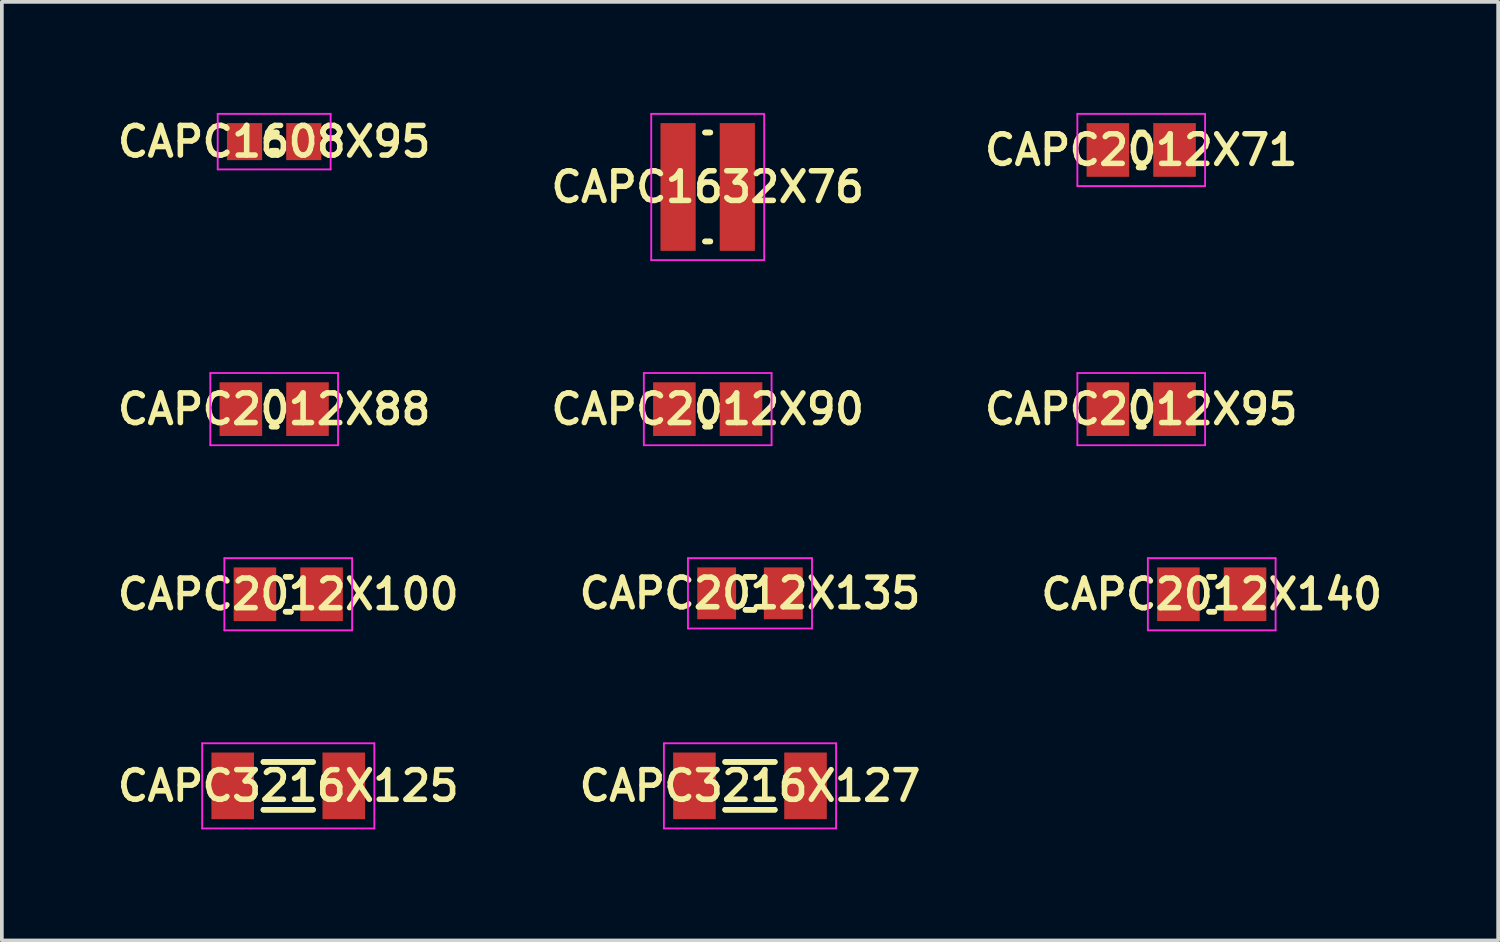
<source format=kicad_pcb>
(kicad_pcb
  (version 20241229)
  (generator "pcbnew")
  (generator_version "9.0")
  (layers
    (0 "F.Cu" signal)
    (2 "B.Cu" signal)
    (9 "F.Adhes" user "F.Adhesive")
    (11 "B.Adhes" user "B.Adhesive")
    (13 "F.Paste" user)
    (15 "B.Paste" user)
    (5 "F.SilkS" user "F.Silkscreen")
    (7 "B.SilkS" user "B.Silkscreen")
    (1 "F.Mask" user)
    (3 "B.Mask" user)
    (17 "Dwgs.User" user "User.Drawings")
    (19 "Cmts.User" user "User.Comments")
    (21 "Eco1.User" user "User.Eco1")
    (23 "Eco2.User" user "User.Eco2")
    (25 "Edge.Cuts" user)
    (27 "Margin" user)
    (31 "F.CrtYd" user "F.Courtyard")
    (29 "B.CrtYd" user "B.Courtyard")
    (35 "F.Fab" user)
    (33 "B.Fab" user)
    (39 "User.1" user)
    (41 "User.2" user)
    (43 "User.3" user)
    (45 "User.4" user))
  (footprint "CAPC1608X95"
    (layer "F.Cu")
    (at 4.355 0.775)
    (property "Reference" "CAPC1608X95" (at 0 0 0) (layer "F.SilkS") (effects (font (size 0.8 0.8) (thickness 0.15))))
    (attr smd)
    (fp_line (start -0.071 -0.246) (end 0.071 -0.246) (stroke (width 0.15) (type solid)) (layer "F.SilkS"))
    (fp_line (start -0.071 0.246) (end 0.071 0.246) (stroke (width 0.15) (type solid)) (layer "F.SilkS"))
    (fp_line (start 0.071 -0.246) (end -0.071 -0.246) (stroke (width 0.15) (type solid)) (layer "F.SilkS"))
    (fp_line (start 0.071 0.246) (end -0.071 0.246) (stroke (width 0.15) (type solid)) (layer "F.SilkS"))
    (fp_line (start -1.525 -0.75) (end 1.525 -0.75) (stroke (width 0.05) (type solid)) (layer "F.CrtYd"))
    (fp_line (start -1.525 0.75) (end -1.525 -0.75) (stroke (width 0.05) (type solid)) (layer "F.CrtYd"))
    (fp_line (start 1.525 -0.75) (end 1.525 0.75) (stroke (width 0.05) (type solid)) (layer "F.CrtYd"))
    (fp_line (start 1.525 0.75) (end -1.525 0.75) (stroke (width 0.05) (type solid)) (layer "F.CrtYd"))
    (pad "1" smd rect (at -0.8 0) (size 0.95 1) (layers "F.Cu" "F.Mask" "F.Paste"))
    (pad "2" smd rect (at 0.8 0) (size 0.95 1) (layers "F.Cu" "F.Mask" "F.Paste")))
  (footprint "CAPC2012X90"
    (layer "F.Cu")
    (at 16.064 8)
    (property "Reference" "CAPC2012X90" (at 0 0 0) (layer "F.SilkS") (effects (font (size 0.8 0.8) (thickness 0.15))))
    (attr smd)
    (fp_line (start -0.071 -0.471) (end 0.071 -0.471) (stroke (width 0.15) (type solid)) (layer "F.SilkS"))
    (fp_line (start -0.071 0.471) (end 0.071 0.471) (stroke (width 0.15) (type solid)) (layer "F.SilkS"))
    (fp_line (start 0.071 -0.471) (end -0.071 -0.471) (stroke (width 0.15) (type solid)) (layer "F.SilkS"))
    (fp_line (start 0.071 0.471) (end -0.071 0.471) (stroke (width 0.15) (type solid)) (layer "F.SilkS"))
    (fp_line (start -1.725 -0.975) (end 1.725 -0.975) (stroke (width 0.05) (type solid)) (layer "F.CrtYd"))
    (fp_line (start -1.725 0.975) (end -1.725 -0.975) (stroke (width 0.05) (type solid)) (layer "F.CrtYd"))
    (fp_line (start 1.725 -0.975) (end 1.725 0.975) (stroke (width 0.05) (type solid)) (layer "F.CrtYd"))
    (fp_line (start 1.725 0.975) (end -1.725 0.975) (stroke (width 0.05) (type solid)) (layer "F.CrtYd"))
    (pad "1" smd rect (at -0.9 0) (size 1.15 1.45) (layers "F.Cu" "F.Mask" "F.Paste"))
    (pad "2" smd rect (at 0.9 0) (size 1.15 1.45) (layers "F.Cu" "F.Mask" "F.Paste")))
  (footprint "CAPC2012X88"
    (layer "F.Cu")
    (at 4.355 8)
    (property "Reference" "CAPC2012X88" (at 0 0 0) (layer "F.SilkS") (effects (font (size 0.8 0.8) (thickness 0.15))))
    (attr smd)
    (fp_line (start -0.071 -0.471) (end 0.071 -0.471) (stroke (width 0.15) (type solid)) (layer "F.SilkS"))
    (fp_line (start -0.071 0.471) (end 0.071 0.471) (stroke (width 0.15) (type solid)) (layer "F.SilkS"))
    (fp_line (start 0.071 -0.471) (end -0.071 -0.471) (stroke (width 0.15) (type solid)) (layer "F.SilkS"))
    (fp_line (start 0.071 0.471) (end -0.071 0.471) (stroke (width 0.15) (type solid)) (layer "F.SilkS"))
    (fp_line (start -1.725 -0.975) (end 1.725 -0.975) (stroke (width 0.05) (type solid)) (layer "F.CrtYd"))
    (fp_line (start -1.725 0.975) (end -1.725 -0.975) (stroke (width 0.05) (type solid)) (layer "F.CrtYd"))
    (fp_line (start 1.725 -0.975) (end 1.725 0.975) (stroke (width 0.05) (type solid)) (layer "F.CrtYd"))
    (fp_line (start 1.725 0.975) (end -1.725 0.975) (stroke (width 0.05) (type solid)) (layer "F.CrtYd"))
    (pad "1" smd rect (at -0.9 0) (size 1.15 1.45) (layers "F.Cu" "F.Mask" "F.Paste"))
    (pad "2" smd rect (at 0.9 0) (size 1.15 1.45) (layers "F.Cu" "F.Mask" "F.Paste")))
  (footprint "CAPC2012X140"
    (layer "F.Cu")
    (at 29.677 13)
    (property "Reference" "CAPC2012X140" (at 0 0 0) (layer "F.SilkS") (effects (font (size 0.8 0.8) (thickness 0.15))))
    (attr smd)
    (fp_line (start -0.071 -0.471) (end 0.071 -0.471) (stroke (width 0.15) (type solid)) (layer "F.SilkS"))
    (fp_line (start -0.071 0.471) (end 0.071 0.471) (stroke (width 0.15) (type solid)) (layer "F.SilkS"))
    (fp_line (start 0.071 -0.471) (end -0.071 -0.471) (stroke (width 0.15) (type solid)) (layer "F.SilkS"))
    (fp_line (start 0.071 0.471) (end -0.071 0.471) (stroke (width 0.15) (type solid)) (layer "F.SilkS"))
    (fp_line (start -1.725 -0.975) (end 1.725 -0.975) (stroke (width 0.05) (type solid)) (layer "F.CrtYd"))
    (fp_line (start -1.725 0.975) (end -1.725 -0.975) (stroke (width 0.05) (type solid)) (layer "F.CrtYd"))
    (fp_line (start 1.725 -0.975) (end 1.725 0.975) (stroke (width 0.05) (type solid)) (layer "F.CrtYd"))
    (fp_line (start 1.725 0.975) (end -1.725 0.975) (stroke (width 0.05) (type solid)) (layer "F.CrtYd"))
    (pad "1" smd rect (at -0.9 0) (size 1.15 1.45) (layers "F.Cu" "F.Mask" "F.Paste"))
    (pad "2" smd rect (at 0.9 0) (size 1.15 1.45) (layers "F.Cu" "F.Mask" "F.Paste")))
  (footprint "CAPC2012X71"
    (layer "F.Cu")
    (at 27.773 1)
    (property "Reference" "CAPC2012X71" (at 0 0 0) (layer "F.SilkS") (effects (font (size 0.8 0.8) (thickness 0.15))))
    (attr smd)
    (fp_line (start -0.071 -0.471) (end 0.071 -0.471) (stroke (width 0.15) (type solid)) (layer "F.SilkS"))
    (fp_line (start -0.071 0.471) (end 0.071 0.471) (stroke (width 0.15) (type solid)) (layer "F.SilkS"))
    (fp_line (start 0.071 -0.471) (end -0.071 -0.471) (stroke (width 0.15) (type solid)) (layer "F.SilkS"))
    (fp_line (start 0.071 0.471) (end -0.071 0.471) (stroke (width 0.15) (type solid)) (layer "F.SilkS"))
    (fp_line (start -1.725 -0.975) (end 1.725 -0.975) (stroke (width 0.05) (type solid)) (layer "F.CrtYd"))
    (fp_line (start -1.725 0.975) (end -1.725 -0.975) (stroke (width 0.05) (type solid)) (layer "F.CrtYd"))
    (fp_line (start 1.725 -0.975) (end 1.725 0.975) (stroke (width 0.05) (type solid)) (layer "F.CrtYd"))
    (fp_line (start 1.725 0.975) (end -1.725 0.975) (stroke (width 0.05) (type solid)) (layer "F.CrtYd"))
    (pad "1" smd rect (at -0.9 0) (size 1.15 1.45) (layers "F.Cu" "F.Mask" "F.Paste"))
    (pad "2" smd rect (at 0.9 0) (size 1.15 1.45) (layers "F.Cu" "F.Mask" "F.Paste")))
  (footprint "CAPC2012X95"
    (layer "F.Cu")
    (at 27.773 8)
    (property "Reference" "CAPC2012X95" (at 0 0 0) (layer "F.SilkS") (effects (font (size 0.8 0.8) (thickness 0.15))))
    (attr smd)
    (fp_line (start -0.071 -0.471) (end 0.071 -0.471) (stroke (width 0.15) (type solid)) (layer "F.SilkS"))
    (fp_line (start -0.071 0.471) (end 0.071 0.471) (stroke (width 0.15) (type solid)) (layer "F.SilkS"))
    (fp_line (start 0.071 -0.471) (end -0.071 -0.471) (stroke (width 0.15) (type solid)) (layer "F.SilkS"))
    (fp_line (start 0.071 0.471) (end -0.071 0.471) (stroke (width 0.15) (type solid)) (layer "F.SilkS"))
    (fp_line (start -1.725 -0.975) (end 1.725 -0.975) (stroke (width 0.05) (type solid)) (layer "F.CrtYd"))
    (fp_line (start -1.725 0.975) (end -1.725 -0.975) (stroke (width 0.05) (type solid)) (layer "F.CrtYd"))
    (fp_line (start 1.725 -0.975) (end 1.725 0.975) (stroke (width 0.05) (type solid)) (layer "F.CrtYd"))
    (fp_line (start 1.725 0.975) (end -1.725 0.975) (stroke (width 0.05) (type solid)) (layer "F.CrtYd"))
    (pad "1" smd rect (at -0.9 0) (size 1.15 1.45) (layers "F.Cu" "F.Mask" "F.Paste"))
    (pad "2" smd rect (at 0.9 0) (size 1.15 1.45) (layers "F.Cu" "F.Mask" "F.Paste")))
  (footprint "CAPC3216X125"
    (layer "F.Cu")
    (at 4.735 18.175)
    (property "Reference" "CAPC3216X125" (at 0 0 0) (layer "F.SilkS") (effects (font (size 0.8 0.8) (thickness 0.15))))
    (attr smd)
    (fp_line (start -0.671 -0.646) (end 0.671 -0.646) (stroke (width 0.15) (type solid)) (layer "F.SilkS"))
    (fp_line (start -0.671 0.646) (end 0.671 0.646) (stroke (width 0.15) (type solid)) (layer "F.SilkS"))
    (fp_line (start 0.671 -0.646) (end -0.671 -0.646) (stroke (width 0.15) (type solid)) (layer "F.SilkS"))
    (fp_line (start 0.671 0.646) (end -0.671 0.646) (stroke (width 0.15) (type solid)) (layer "F.SilkS"))
    (fp_line (start -2.325 -1.15) (end 2.325 -1.15) (stroke (width 0.05) (type solid)) (layer "F.CrtYd"))
    (fp_line (start -2.325 1.15) (end -2.325 -1.15) (stroke (width 0.05) (type solid)) (layer "F.CrtYd"))
    (fp_line (start 2.325 -1.15) (end 2.325 1.15) (stroke (width 0.05) (type solid)) (layer "F.CrtYd"))
    (fp_line (start 2.325 1.15) (end -2.325 1.15) (stroke (width 0.05) (type solid)) (layer "F.CrtYd"))
    (pad "1" smd rect (at -1.5 0) (size 1.15 1.8) (layers "F.Cu" "F.Mask" "F.Paste"))
    (pad "2" smd rect (at 1.5 0) (size 1.15 1.8) (layers "F.Cu" "F.Mask" "F.Paste")))
  (footprint "CAPC3216X127"
    (layer "F.Cu")
    (at 17.206 18.175)
    (property "Reference" "CAPC3216X127" (at 0 0 0) (layer "F.SilkS") (effects (font (size 0.8 0.8) (thickness 0.15))))
    (attr smd)
    (fp_line (start -0.671 -0.646) (end 0.671 -0.646) (stroke (width 0.15) (type solid)) (layer "F.SilkS"))
    (fp_line (start -0.671 0.646) (end 0.671 0.646) (stroke (width 0.15) (type solid)) (layer "F.SilkS"))
    (fp_line (start 0.671 -0.646) (end -0.671 -0.646) (stroke (width 0.15) (type solid)) (layer "F.SilkS"))
    (fp_line (start 0.671 0.646) (end -0.671 0.646) (stroke (width 0.15) (type solid)) (layer "F.SilkS"))
    (fp_line (start -2.325 -1.15) (end 2.325 -1.15) (stroke (width 0.05) (type solid)) (layer "F.CrtYd"))
    (fp_line (start -2.325 1.15) (end -2.325 -1.15) (stroke (width 0.05) (type solid)) (layer "F.CrtYd"))
    (fp_line (start 2.325 -1.15) (end 2.325 1.15) (stroke (width 0.05) (type solid)) (layer "F.CrtYd"))
    (fp_line (start 2.325 1.15) (end -2.325 1.15) (stroke (width 0.05) (type solid)) (layer "F.CrtYd"))
    (pad "1" smd rect (at -1.5 0) (size 1.15 1.8) (layers "F.Cu" "F.Mask" "F.Paste"))
    (pad "2" smd rect (at 1.5 0) (size 1.15 1.8) (layers "F.Cu" "F.Mask" "F.Paste")))
  (footprint "CAPC2012X135"
    (layer "F.Cu")
    (at 17.206 12.975)
    (property "Reference" "CAPC2012X135" (at 0 0 0) (layer "F.SilkS") (effects (font (size 0.8 0.8) (thickness 0.15))))
    (attr smd)
    (fp_line (start -0.121 -0.446) (end 0.121 -0.446) (stroke (width 0.15) (type solid)) (layer "F.SilkS"))
    (fp_line (start -0.121 0.446) (end 0.121 0.446) (stroke (width 0.15) (type solid)) (layer "F.SilkS"))
    (fp_line (start 0.121 -0.446) (end -0.121 -0.446) (stroke (width 0.15) (type solid)) (layer "F.SilkS"))
    (fp_line (start 0.121 0.446) (end -0.121 0.446) (stroke (width 0.15) (type solid)) (layer "F.SilkS"))
    (fp_line (start -1.675 -0.95) (end 1.675 -0.95) (stroke (width 0.05) (type solid)) (layer "F.CrtYd"))
    (fp_line (start -1.675 0.95) (end -1.675 -0.95) (stroke (width 0.05) (type solid)) (layer "F.CrtYd"))
    (fp_line (start 1.675 -0.95) (end 1.675 0.95) (stroke (width 0.05) (type solid)) (layer "F.CrtYd"))
    (fp_line (start 1.675 0.95) (end -1.675 0.95) (stroke (width 0.05) (type solid)) (layer "F.CrtYd"))
    (pad "1" smd rect (at -0.9 0) (size 1.05 1.4) (layers "F.Cu" "F.Mask" "F.Paste"))
    (pad "2" smd rect (at 0.9 0) (size 1.05 1.4) (layers "F.Cu" "F.Mask" "F.Paste")))
  (footprint "CAPC1632X76"
    (layer "F.Cu")
    (at 16.064 2)
    (property "Reference" "CAPC1632X76" (at 0 0 0) (layer "F.SilkS") (effects (font (size 0.8 0.8) (thickness 0.15))))
    (attr smd)
    (fp_line (start -0.071 -1.471) (end 0.071 -1.471) (stroke (width 0.15) (type solid)) (layer "F.SilkS"))
    (fp_line (start -0.071 1.471) (end 0.071 1.471) (stroke (width 0.15) (type solid)) (layer "F.SilkS"))
    (fp_line (start 0.071 -1.471) (end -0.071 -1.471) (stroke (width 0.15) (type solid)) (layer "F.SilkS"))
    (fp_line (start 0.071 1.471) (end -0.071 1.471) (stroke (width 0.15) (type solid)) (layer "F.SilkS"))
    (fp_line (start -1.525 -1.975) (end 1.525 -1.975) (stroke (width 0.05) (type solid)) (layer "F.CrtYd"))
    (fp_line (start -1.525 1.975) (end -1.525 -1.975) (stroke (width 0.05) (type solid)) (layer "F.CrtYd"))
    (fp_line (start 1.525 -1.975) (end 1.525 1.975) (stroke (width 0.05) (type solid)) (layer "F.CrtYd"))
    (fp_line (start 1.525 1.975) (end -1.525 1.975) (stroke (width 0.05) (type solid)) (layer "F.CrtYd"))
    (pad "1" smd rect (at -0.8 0) (size 0.95 3.45) (layers "F.Cu" "F.Mask" "F.Paste"))
    (pad "2" smd rect (at 0.8 0) (size 0.95 3.45) (layers "F.Cu" "F.Mask" "F.Paste")))
  (footprint "CAPC2012X100"
    (layer "F.Cu")
    (at 4.735 13)
    (property "Reference" "CAPC2012X100" (at 0 0 0) (layer "F.SilkS") (effects (font (size 0.8 0.8) (thickness 0.15))))
    (attr smd)
    (fp_line (start -0.071 -0.471) (end 0.071 -0.471) (stroke (width 0.15) (type solid)) (layer "F.SilkS"))
    (fp_line (start -0.071 0.471) (end 0.071 0.471) (stroke (width 0.15) (type solid)) (layer "F.SilkS"))
    (fp_line (start 0.071 -0.471) (end -0.071 -0.471) (stroke (width 0.15) (type solid)) (layer "F.SilkS"))
    (fp_line (start 0.071 0.471) (end -0.071 0.471) (stroke (width 0.15) (type solid)) (layer "F.SilkS"))
    (fp_line (start -1.725 -0.975) (end 1.725 -0.975) (stroke (width 0.05) (type solid)) (layer "F.CrtYd"))
    (fp_line (start -1.725 0.975) (end -1.725 -0.975) (stroke (width 0.05) (type solid)) (layer "F.CrtYd"))
    (fp_line (start 1.725 -0.975) (end 1.725 0.975) (stroke (width 0.05) (type solid)) (layer "F.CrtYd"))
    (fp_line (start 1.725 0.975) (end -1.725 0.975) (stroke (width 0.05) (type solid)) (layer "F.CrtYd"))
    (pad "1" smd rect (at -0.9 0) (size 1.15 1.45) (layers "F.Cu" "F.Mask" "F.Paste"))
    (pad "2" smd rect (at 0.9 0) (size 1.15 1.45) (layers "F.Cu" "F.Mask" "F.Paste")))
  (gr_rect
    (start -3 -3)
    (end 37.413 22.35)
    (stroke (width 0.1) (type default))
    (fill no)
    (layer "Edge.Cuts")))
</source>
